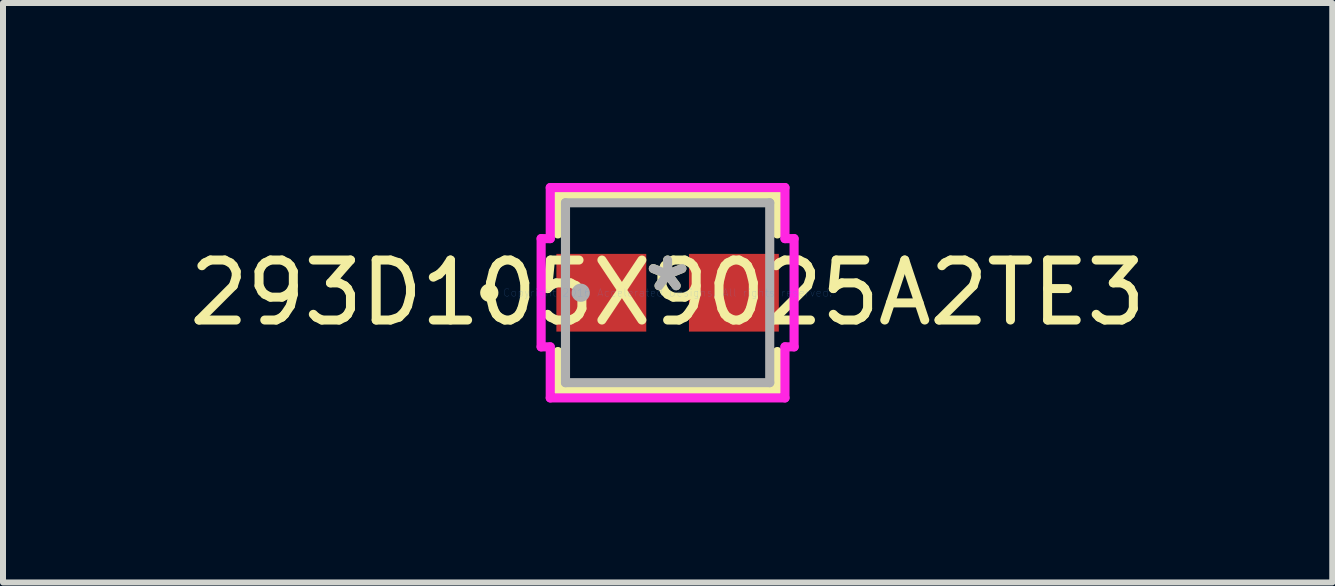
<source format=kicad_pcb>
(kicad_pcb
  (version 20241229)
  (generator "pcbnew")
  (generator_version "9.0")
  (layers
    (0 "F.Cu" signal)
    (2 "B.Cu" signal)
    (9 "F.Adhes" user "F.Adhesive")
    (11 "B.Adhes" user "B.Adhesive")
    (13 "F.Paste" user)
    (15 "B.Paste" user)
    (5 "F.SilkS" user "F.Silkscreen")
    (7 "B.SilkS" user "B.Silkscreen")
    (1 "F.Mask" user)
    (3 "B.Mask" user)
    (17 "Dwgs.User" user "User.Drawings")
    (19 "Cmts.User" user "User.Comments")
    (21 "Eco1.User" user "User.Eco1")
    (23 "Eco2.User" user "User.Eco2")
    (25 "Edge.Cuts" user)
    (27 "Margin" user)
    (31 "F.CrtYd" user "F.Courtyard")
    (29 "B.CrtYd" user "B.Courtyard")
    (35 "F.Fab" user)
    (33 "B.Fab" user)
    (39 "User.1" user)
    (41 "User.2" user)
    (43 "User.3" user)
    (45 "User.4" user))
  (footprint "293D105X9025A2TE3"
    (layer "F.Cu")
    (at 8.077 1.829)
    (property "Reference" "293D105X9025A2TE3" (at 0 0 0) (layer "F.SilkS") (effects (font (size 1 1) (thickness 0.15))))
    (attr through_hole)
    (fp_line (start -1.829 -1.626) (end -1.829 -0.98) (stroke (width 0.152) (type solid)) (layer "F.SilkS"))
    (fp_line (start -1.829 0.98) (end -1.829 1.626) (stroke (width 0.152) (type solid)) (layer "F.SilkS"))
    (fp_line (start -1.829 1.626) (end 1.829 1.626) (stroke (width 0.152) (type solid)) (layer "F.SilkS"))
    (fp_line (start 1.829 -1.626) (end -1.829 -1.626) (stroke (width 0.152) (type solid)) (layer "F.SilkS"))
    (fp_line (start 1.829 -0.98) (end 1.829 -1.626) (stroke (width 0.152) (type solid)) (layer "F.SilkS"))
    (fp_line (start 1.829 1.626) (end 1.829 0.98) (stroke (width 0.152) (type solid)) (layer "F.SilkS"))
    (fp_circle (center -2.972 0) (end -2.896 0) (stroke (width 0.152) (type solid)) (fill no) (layer "F.SilkS"))
    (fp_line (start -2.108 -0.902) (end -1.956 -0.902) (stroke (width 0.152) (type solid)) (layer "F.CrtYd"))
    (fp_line (start -2.108 0.902) (end -2.108 -0.902) (stroke (width 0.152) (type solid)) (layer "F.CrtYd"))
    (fp_line (start -1.956 -1.753) (end 1.956 -1.753) (stroke (width 0.152) (type solid)) (layer "F.CrtYd"))
    (fp_line (start -1.956 -0.902) (end -1.956 -1.753) (stroke (width 0.152) (type solid)) (layer "F.CrtYd"))
    (fp_line (start -1.956 0.902) (end -2.108 0.902) (stroke (width 0.152) (type solid)) (layer "F.CrtYd"))
    (fp_line (start -1.956 1.753) (end -1.956 0.902) (stroke (width 0.152) (type solid)) (layer "F.CrtYd"))
    (fp_line (start 1.956 -1.753) (end 1.956 -0.902) (stroke (width 0.152) (type solid)) (layer "F.CrtYd"))
    (fp_line (start 1.956 -0.902) (end 2.108 -0.902) (stroke (width 0.152) (type solid)) (layer "F.CrtYd"))
    (fp_line (start 1.956 0.902) (end 1.956 1.753) (stroke (width 0.152) (type solid)) (layer "F.CrtYd"))
    (fp_line (start 1.956 1.753) (end -1.956 1.753) (stroke (width 0.152) (type solid)) (layer "F.CrtYd"))
    (fp_line (start 2.108 -0.902) (end 2.108 0.902) (stroke (width 0.152) (type solid)) (layer "F.CrtYd"))
    (fp_line (start 2.108 0.902) (end 1.956 0.902) (stroke (width 0.152) (type solid)) (layer "F.CrtYd"))
    (fp_line (start -1.702 -1.499) (end -1.702 1.499) (stroke (width 0.152) (type solid)) (layer "F.Fab"))
    (fp_line (start -1.702 1.499) (end 1.702 1.499) (stroke (width 0.152) (type solid)) (layer "F.Fab"))
    (fp_line (start 1.702 -1.499) (end -1.702 -1.499) (stroke (width 0.152) (type solid)) (layer "F.Fab"))
    (fp_line (start 1.702 1.499) (end 1.702 -1.499) (stroke (width 0.152) (type solid)) (layer "F.Fab"))
    (fp_circle (center -1.448 0) (end -1.372 0) (stroke (width 0.152) (type solid)) (fill no) (layer "F.Fab"))
    (fp_text user "*" (at 0 0 0) (layer "F.SilkS") (effects (font (size 1 1) (thickness 0.15))))
    (fp_text user "Copyright 2016 Accelerated Designs. All rights reserved." (at 0 0 0) (layer "Cmts.User") (effects (font (size 0.127 0.127) (thickness 0.002))))
    (fp_text user "*" (at 0 0 0) (layer "F.Fab") (effects (font (size 1 1) (thickness 0.15))))
    (pad "1" smd rect (at -1.105 0 90) (size 1.295 1.498) (layers "F.Cu" "F.Mask" "F.Paste"))
    (pad "2" smd rect (at 1.105 0 90) (size 1.295 1.498) (layers "F.Cu" "F.Mask" "F.Paste")))
  (gr_rect
    (start -3 -3)
    (end 19.155 6.658)
    (stroke (width 0.1) (type default))
    (fill no)
    (layer "Edge.Cuts")))
</source>
